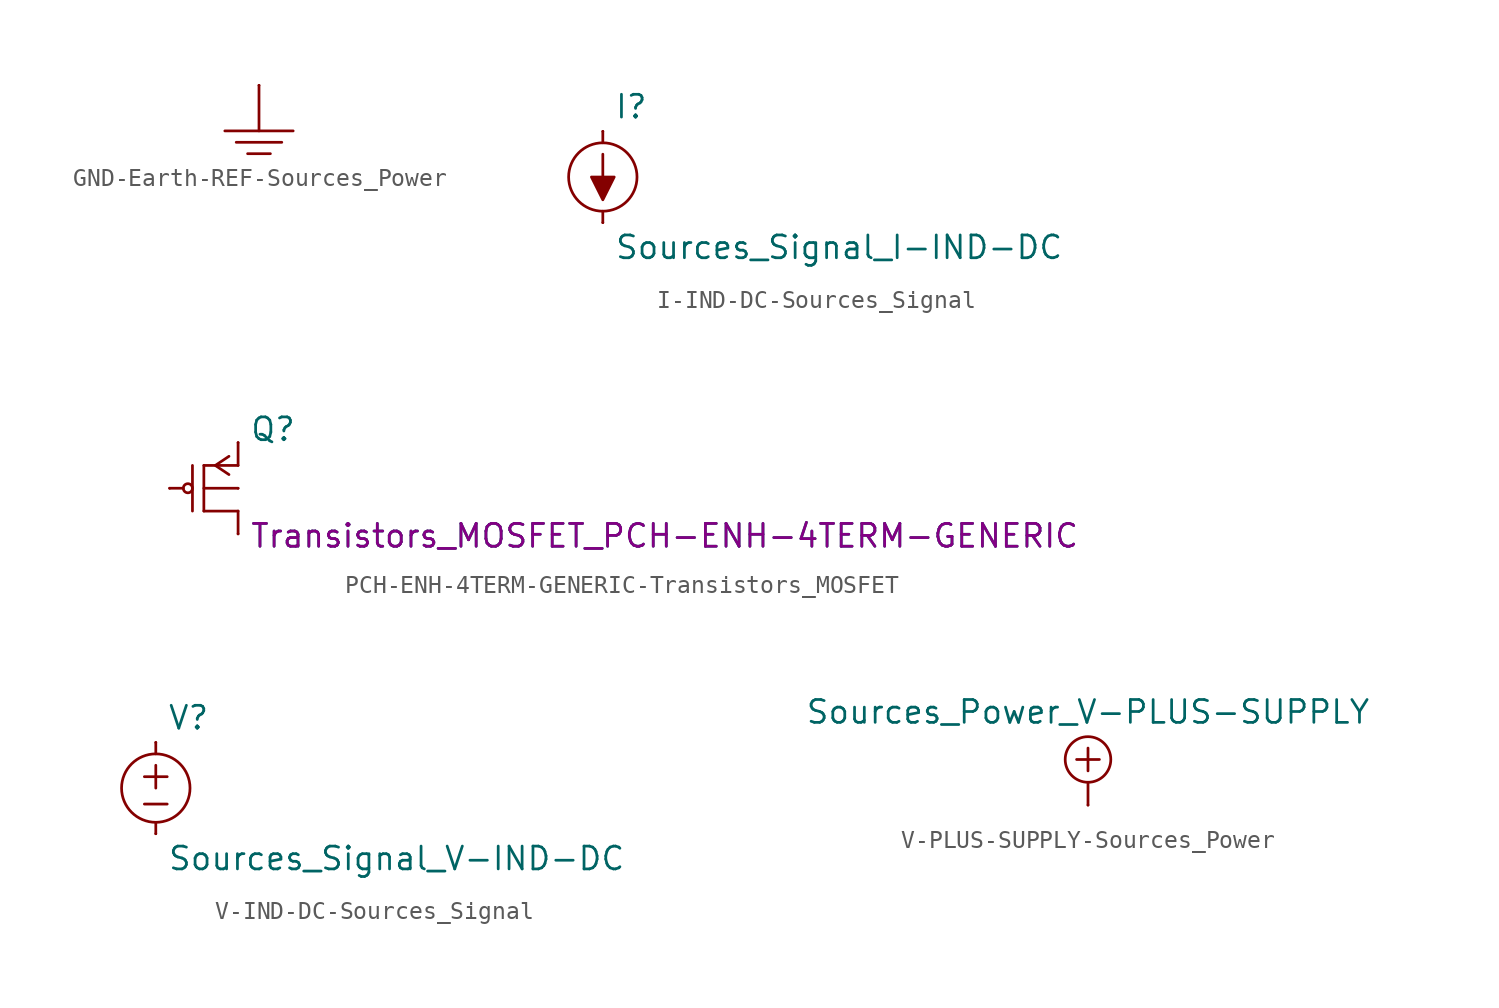
<source format=kicad_sym>
(kicad_symbol_lib
  (version 20220914)
  (generator kicad_symbol_editor)
  (symbol "GND-Earth-REF-Sources_Power"
    (pin_numbers hide)
    (pin_names
      (offset 0) hide)
    (property "Reference" "#PWR"
      (at -0.635 -4.445 0)
      (effects (font (size 1.27 1.27)) hide))
    (symbol "GND-Earth-REF-Sources_Power_0_1"
      (polyline (pts (xy -1.905 0) (xy 1.905 0)) (stroke (width 0) (type solid)) (fill (type none)))
      (polyline (pts (xy -1.27 -0.635) (xy 1.27 -0.635)) (stroke (width 0) (type solid)) (fill (type none)))
      (polyline (pts (xy -0.635 -1.27) (xy 0.635 -1.27)) (stroke (width 0) (type solid)) (fill (type none)))
      (polyline (pts (xy 0 2.54) (xy 0 0)) (stroke (width 0) (type solid)) (fill (type none))))
    (symbol "GND-Earth-REF-Sources_Power_1_1"
      (pin power_out line (at 0 2.54 270) (length 0) (name "1" (effects (font (size 1.27 1.27)))) (number "1" (effects (font (size 1.27 1.27)))))))
  (symbol "I-IND-DC-Sources_Signal"
    (pin_numbers hide)
    (pin_names
      (offset 0) hide)
    (property "Reference" "I"
      (at 0.635 3.175 0)
      (effects (font (size 1.27 1.27)) (justify left bottom)))
    (property "Value" "Sources_Signal_I-IND-DC"
      (at 0.635 -3.175 0)
      (effects (font (size 1.27 1.27)) (justify left top)))
    (symbol "I-IND-DC-Sources_Signal_0_1"
      (polyline (pts (xy 0 -1.905) (xy 0 -2.54)) (stroke (width 0) (type solid)) (fill (type none)))
      (polyline (pts (xy 0 1.905) (xy 0 2.54)) (stroke (width 0) (type solid)) (fill (type none)))
      (polyline (pts (xy 0 1.27) (xy 0 -1.27) (xy -0.635 0) (xy 0.635 0) (xy 0 -1.27)) (stroke (width 0) (type solid)) (fill (type outline)))
      (circle (center 0 0) (radius 1.905) (stroke (width 0) (type solid)) (fill (type none))))
    (symbol "I-IND-DC-Sources_Signal_1_1"
      (pin input line (at 0 2.54 270) (length 0) (name "1" (effects (font (size 1.27 1.27)))) (number "1" (effects (font (size 1.27 1.27)))))
      (pin input line (at 0 -2.54 90) (length 0) (name "2" (effects (font (size 1.27 1.27)))) (number "2" (effects (font (size 1.27 1.27)))))))
  (symbol "PCH-ENH-4TERM-GENERIC-Transistors_MOSFET"
    (pin_numbers hide)
    (pin_names
      (offset 0) hide)
    (property "Reference" "Q"
      (at 3.175 2.54 0)
      (effects (font (size 1.27 1.27)) (justify left bottom)))
    (property "Value" "${SIM.PARAMS}"
      (at 3.175 -1.905 0)
      (effects (font (size 1.27 1.27)) (justify left top)))
    (property "Sim.Params" "Transistors_MOSFET_PCH-ENH-4TERM-GENERIC"
      (at 3.175 -1.905 0)
      (effects (font (size 1.27 1.27)) (justify left top)))
    (symbol "PCH-ENH-4TERM-GENERIC-Transistors_MOSFET_0_1"
      (circle (center -0.254 0) (radius 0.254) (stroke (width 0) (type solid)) (fill (type none)))
      (polyline (pts (xy -1.27 0) (xy -0.508 0)) (stroke (width 0) (type solid)) (fill (type none)))
      (polyline (pts (xy 0.635 0) (xy 2.54 0)) (stroke (width 0) (type solid)) (fill (type none))))
    (symbol "PCH-ENH-4TERM-GENERIC-Transistors_MOSFET_1_1"
      (polyline (pts (xy 0 -1.27) (xy 0 1.27)) (stroke (width 0) (type solid)) (fill (type none)))
      (polyline (pts (xy 0.635 -1.27) (xy 0.635 1.27)) (stroke (width 0) (type solid)) (fill (type none)))
      (polyline (pts (xy 0.635 -1.27) (xy 2.54 -1.27)) (stroke (width 0) (type solid)) (fill (type none)))
      (polyline (pts (xy 0.635 1.27) (xy 2.54 1.27)) (stroke (width 0) (type solid)) (fill (type none)))
      (polyline (pts (xy 2.54 -1.27) (xy 2.54 -2.54)) (stroke (width 0) (type solid)) (fill (type none)))
      (polyline (pts (xy 2.54 1.27) (xy 2.54 2.54)) (stroke (width 0) (type solid)) (fill (type none)))
      (polyline (pts (xy 2.032 1.778) (xy 1.27 1.27) (xy 2.032 0.762)) (stroke (width 0) (type solid)) (fill (type none)))
      (pin bidirectional line (at 2.54 0 180) (length 0) (name "Bulk" (effects (font (size 1.27 1.27)))) (number "b" (effects (font (size 1.27 1.27)))))
      (pin bidirectional line (at 2.54 -2.54 90) (length 0) (name "Drain" (effects (font (size 1.27 1.27)))) (number "d" (effects (font (size 1.27 1.27)))))
      (pin bidirectional line (at -1.27 0 0) (length 0) (name "Gate" (effects (font (size 1.27 1.27)))) (number "g" (effects (font (size 1.27 1.27)))))
      (pin bidirectional line (at 2.54 2.54 270) (length 0) (name "Source" (effects (font (size 1.27 1.27)))) (number "s" (effects (font (size 1.27 1.27)))))))
  (symbol "V-IND-DC-Sources_Signal"
    (pin_numbers hide)
    (pin_names
      (offset 0) hide)
    (property "Reference" "V"
      (at 0.635 3.175 0)
      (effects (font (size 1.27 1.27)) (justify left bottom)))
    (property "Value" "Sources_Signal_V-IND-DC"
      (at 0.635 -3.175 0)
      (effects (font (size 1.27 1.27)) (justify left top)))
    (symbol "V-IND-DC-Sources_Signal_0_1"
      (polyline (pts (xy -0.635 -0.889) (xy 0.635 -0.889)) (stroke (width 0) (type solid)) (fill (type none)))
      (polyline (pts (xy 0 -1.905) (xy 0 -2.54)) (stroke (width 0) (type solid)) (fill (type none)))
      (polyline (pts (xy 0 0) (xy 0 1.27)) (stroke (width 0) (type solid)) (fill (type none)))
      (polyline (pts (xy 0 1.905) (xy 0 2.54)) (stroke (width 0) (type solid)) (fill (type none)))
      (polyline (pts (xy 0.635 0.635) (xy -0.635 0.635)) (stroke (width 0) (type solid)) (fill (type none)))
      (circle (center 0 0) (radius 1.905) (stroke (width 0) (type solid)) (fill (type none))))
    (symbol "V-IND-DC-Sources_Signal_1_1"
      (pin input line (at 0 2.54 270) (length 0) (name "1" (effects (font (size 1.27 1.27)))) (number "1" (effects (font (size 1.27 1.27)))))
      (pin input line (at 0 -2.54 90) (length 0) (name "2" (effects (font (size 1.27 1.27)))) (number "2" (effects (font (size 1.27 1.27)))))))
  (symbol "V-PLUS-SUPPLY-Sources_Power"
    (pin_numbers hide)
    (pin_names
      (offset 0) hide)
    (property "Reference" "#PWR"
      (at 0 3.81 0)
      (effects (font (size 1.27 1.27)) (justify bottom) hide))
    (property "Value" "Sources_Power_V-PLUS-SUPPLY"
      (at 0 1.905 0)
      (effects (font (size 1.27 1.27)) (justify bottom)))
    (symbol "V-PLUS-SUPPLY-Sources_Power_0_1"
      (polyline (pts (xy -0.635 0) (xy 0.635 0)) (stroke (width 0) (type solid)) (fill (type none)))
      (polyline (pts (xy 0 -2.54) (xy 0 -1.27)) (stroke (width 0) (type solid)) (fill (type none)))
      (polyline (pts (xy 0 -0.635) (xy 0 0.635)) (stroke (width 0) (type solid)) (fill (type none)))
      (circle (center 0 0) (radius 1.27) (stroke (width 0) (type solid)) (fill (type none))))
    (symbol "V-PLUS-SUPPLY-Sources_Power_1_1"
      (pin power_out line (at 0 -2.54 90) (length 0) (name "1" (effects (font (size 1.27 1.27)))) (number "1" (effects (font (size 1.27 1.27))))))))
</source>
